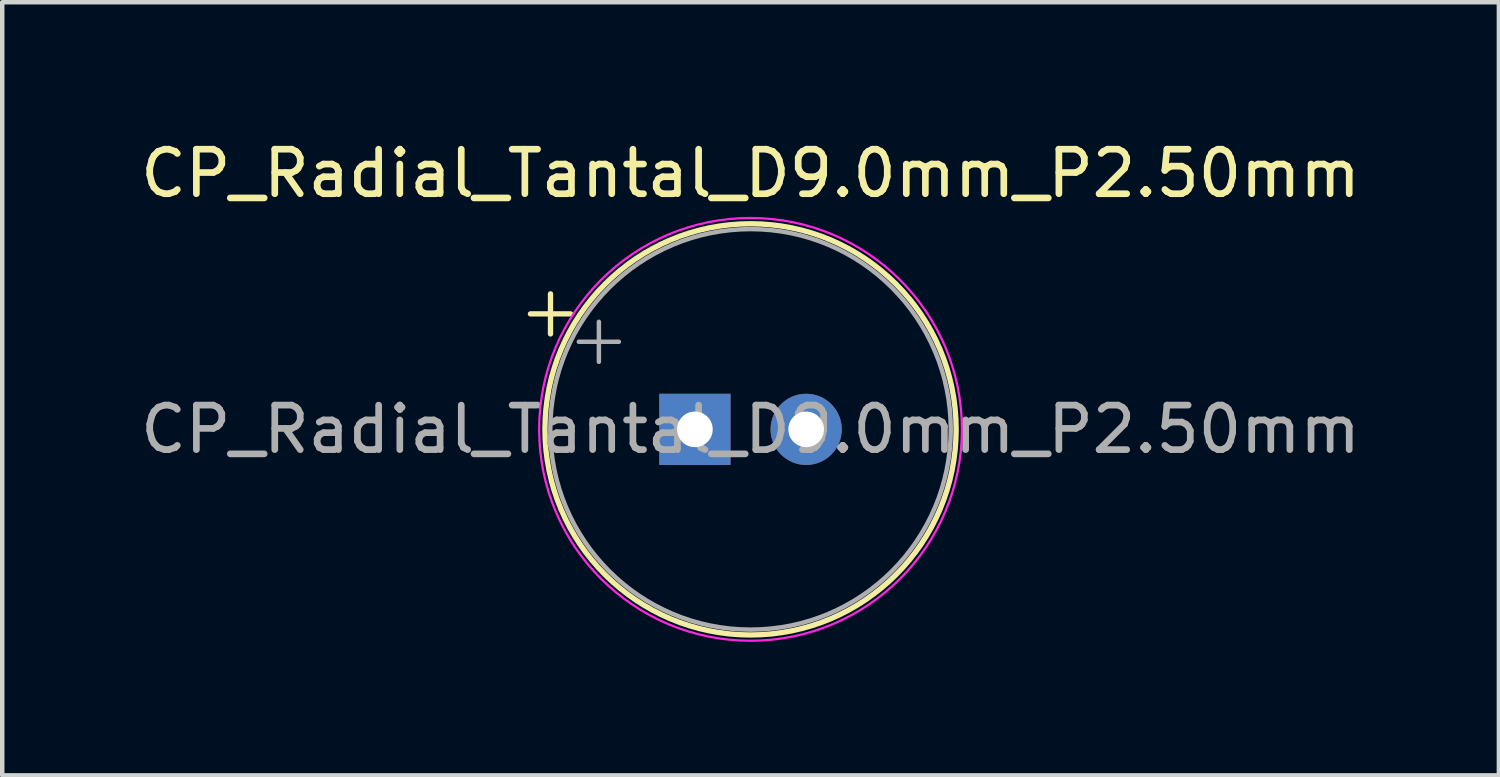
<source format=kicad_pcb>
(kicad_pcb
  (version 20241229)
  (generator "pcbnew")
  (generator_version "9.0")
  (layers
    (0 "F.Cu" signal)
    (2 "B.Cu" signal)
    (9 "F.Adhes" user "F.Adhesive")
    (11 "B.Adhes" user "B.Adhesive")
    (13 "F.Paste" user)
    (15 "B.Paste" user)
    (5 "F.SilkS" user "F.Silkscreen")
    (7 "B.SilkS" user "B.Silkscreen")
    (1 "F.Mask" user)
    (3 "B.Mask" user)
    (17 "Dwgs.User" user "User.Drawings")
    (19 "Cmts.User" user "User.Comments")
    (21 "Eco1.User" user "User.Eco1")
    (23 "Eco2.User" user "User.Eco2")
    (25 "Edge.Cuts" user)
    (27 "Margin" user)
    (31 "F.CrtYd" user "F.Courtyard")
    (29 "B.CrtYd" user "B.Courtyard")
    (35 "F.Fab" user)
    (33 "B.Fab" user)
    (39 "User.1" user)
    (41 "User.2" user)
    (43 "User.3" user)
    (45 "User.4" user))
  (footprint "CP_Radial_Tantal_D9.0mm_P2.50mm"
    (layer "F.Cu")
    (at 12.565 6.598)
    (property "Reference" "CP_Radial_Tantal_D9.0mm_P2.50mm" (at 1.25 -5.75 0) (layer "F.SilkS") (effects (font (size 1 1) (thickness 0.15))))
    (attr through_hole)
    (fp_line (start -3.695 -2.595) (end -2.795 -2.595) (stroke (width 0.12) (type solid)) (layer "F.SilkS"))
    (fp_line (start -3.245 -3.045) (end -3.245 -2.145) (stroke (width 0.12) (type solid)) (layer "F.SilkS"))
    (fp_circle (center 1.25 0) (end 5.87 0) (stroke (width 0.12) (type solid)) (fill no) (layer "F.SilkS"))
    (fp_circle (center 1.25 0) (end 6 0) (stroke (width 0.05) (type solid)) (fill no) (layer "F.CrtYd"))
    (fp_line (start -2.608 -1.968) (end -1.708 -1.968) (stroke (width 0.1) (type solid)) (layer "F.Fab"))
    (fp_line (start -2.158 -2.417) (end -2.158 -1.518) (stroke (width 0.1) (type solid)) (layer "F.Fab"))
    (fp_circle (center 1.25 0) (end 5.75 0) (stroke (width 0.1) (type solid)) (fill no) (layer "F.Fab"))
    (fp_text user "${REFERENCE}" (at 1.25 0 0) (layer "F.Fab") (effects (font (size 1 1) (thickness 0.15))))
    (pad "1" thru_hole rect (at 0 0) (size 1.6 1.6) (drill 0.8) (layers "*.Cu" "*.Mask"))
    (pad "2" thru_hole circle (at 2.5 0) (size 1.6 1.6) (drill 0.8) (layers "*.Cu" "*.Mask")))
  (gr_rect
    (start -3 -3)
    (end 30.631 14.373)
    (stroke (width 0.1) (type default))
    (fill no)
    (layer "Edge.Cuts")))
</source>
